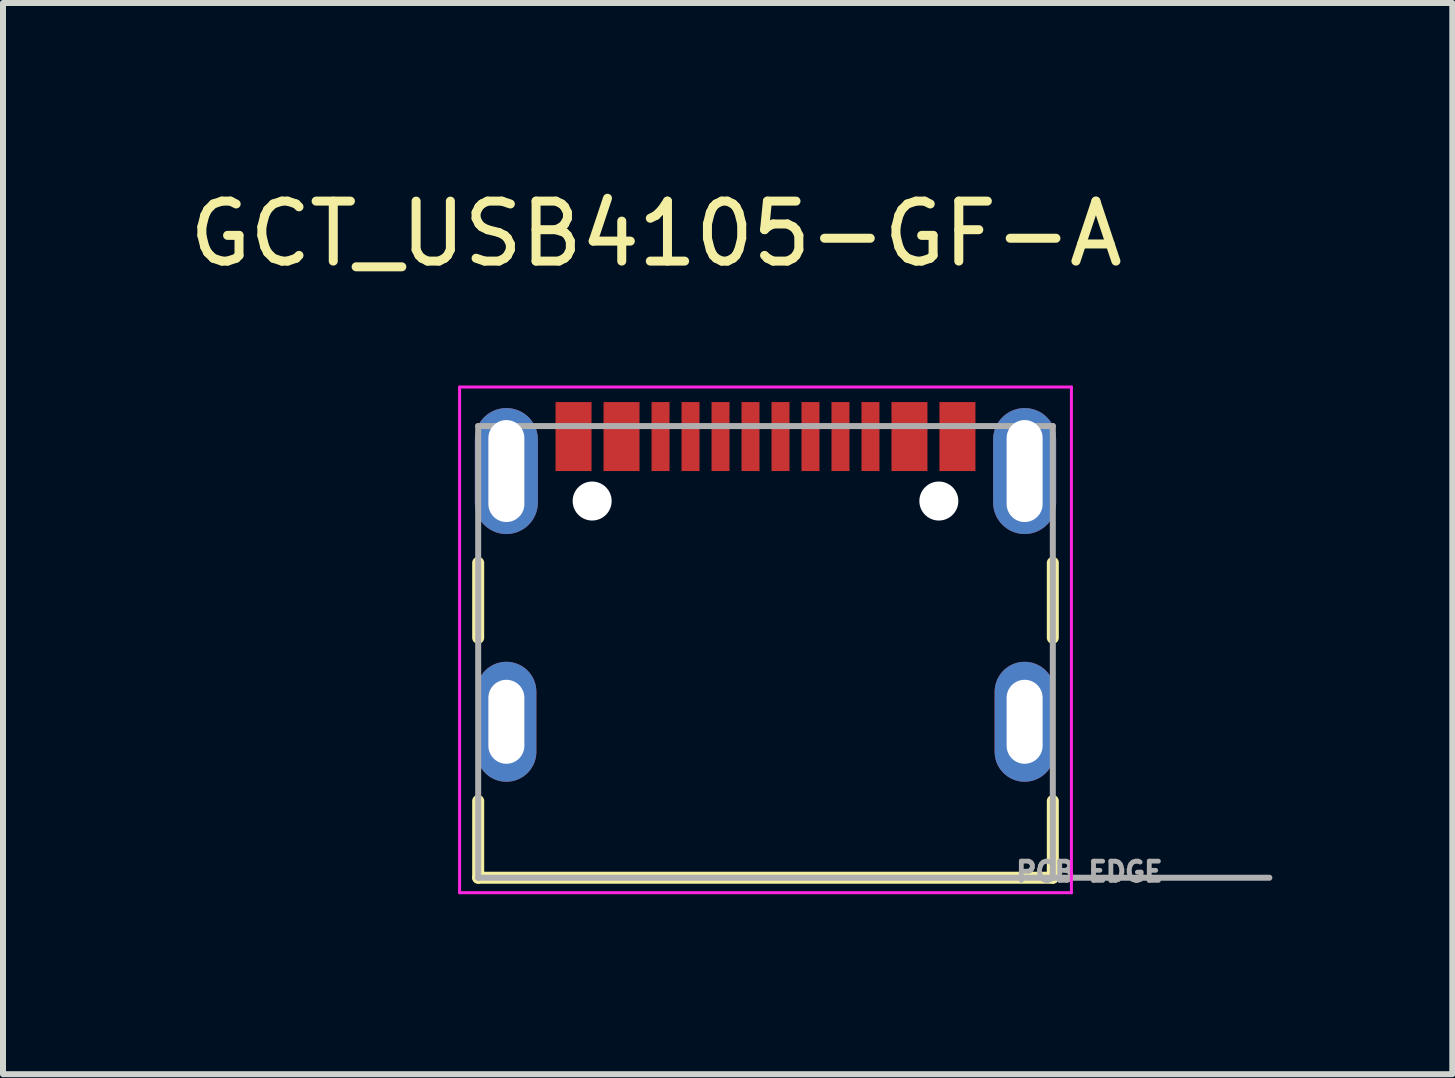
<source format=kicad_pcb>
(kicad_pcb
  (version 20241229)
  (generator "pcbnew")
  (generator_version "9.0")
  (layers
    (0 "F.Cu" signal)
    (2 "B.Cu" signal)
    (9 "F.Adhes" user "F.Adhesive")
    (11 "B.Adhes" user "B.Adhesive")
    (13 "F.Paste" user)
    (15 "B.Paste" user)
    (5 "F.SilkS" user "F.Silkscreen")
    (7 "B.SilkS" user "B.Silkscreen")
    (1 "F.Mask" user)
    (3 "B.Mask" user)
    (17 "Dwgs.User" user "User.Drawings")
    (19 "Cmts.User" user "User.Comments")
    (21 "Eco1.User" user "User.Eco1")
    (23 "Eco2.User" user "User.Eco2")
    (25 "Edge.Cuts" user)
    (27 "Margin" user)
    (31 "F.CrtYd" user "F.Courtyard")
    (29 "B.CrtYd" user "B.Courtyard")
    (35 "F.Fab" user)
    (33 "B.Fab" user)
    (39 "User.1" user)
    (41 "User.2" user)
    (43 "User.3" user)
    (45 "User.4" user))
  (footprint "GCT_USB4105-GF-A"
    (layer "F.Cu")
    (at 9.712 8.983)
    (property "Reference" "GCT_USB4105-GF-A" (at -1.825 -8.135 0) (layer "F.SilkS") (effects (font (size 1 1) (thickness 0.15))))
    (attr through_hole)
    (fp_line (start -4.79 -2.65) (end -4.79 -1.4) (stroke (width 0.2) (type solid)) (layer "F.SilkS"))
    (fp_line (start -4.79 1.32) (end -4.79 2.6) (stroke (width 0.2) (type solid)) (layer "F.SilkS"))
    (fp_line (start -4.79 2.6) (end 4.79 2.6) (stroke (width 0.2) (type solid)) (layer "F.SilkS"))
    (fp_line (start 4.79 -2.65) (end 4.79 -1.4) (stroke (width 0.2) (type solid)) (layer "F.SilkS"))
    (fp_line (start 4.79 2.6) (end 4.79 1.32) (stroke (width 0.2) (type solid)) (layer "F.SilkS"))
    (fp_line (start -5.1 -5.58) (end -5.1 2.85) (stroke (width 0.05) (type solid)) (layer "F.CrtYd"))
    (fp_line (start -5.1 2.85) (end 5.1 2.85) (stroke (width 0.05) (type solid)) (layer "F.CrtYd"))
    (fp_line (start 5.1 -5.58) (end -5.1 -5.58) (stroke (width 0.05) (type solid)) (layer "F.CrtYd"))
    (fp_line (start 5.1 2.85) (end 5.1 -5.58) (stroke (width 0.05) (type solid)) (layer "F.CrtYd"))
    (fp_line (start -4.79 -4.93) (end 4.79 -4.93) (stroke (width 0.1) (type solid)) (layer "F.Fab"))
    (fp_line (start -4.79 2.6) (end -4.79 -4.93) (stroke (width 0.1) (type solid)) (layer "F.Fab"))
    (fp_line (start 4.79 -4.93) (end 4.79 2.6) (stroke (width 0.1) (type solid)) (layer "F.Fab"))
    (fp_line (start 4.79 2.6) (end -4.79 2.6) (stroke (width 0.1) (type solid)) (layer "F.Fab"))
    (fp_line (start 4.8 2.6) (end 8.4 2.6) (stroke (width 0.1) (type solid)) (layer "F.Fab"))
    (fp_text user "PCB EDGE" (at 5.4 2.5 0) (layer "F.Fab") (effects (font (size 0.32 0.32) (thickness 0.15))))
    (pad "" np_thru_hole circle (at -2.89 -3.68) (size 0.65 0.65) (drill 0.65) (layers "*.Cu" "*.Mask"))
    (pad "" np_thru_hole circle (at 2.89 -3.68) (size 0.65 0.65) (drill 0.65) (layers "*.Cu" "*.Mask"))
    (pad "A1_B12" smd rect (at -3.2 -4.755) (size 0.6 1.15) (layers "F.Cu" "F.Mask" "F.Paste"))
    (pad "A4_B9" smd rect (at -2.4 -4.755) (size 0.6 1.15) (layers "F.Cu" "F.Mask" "F.Paste"))
    (pad "A5" smd rect (at -1.25 -4.755) (size 0.3 1.15) (layers "F.Cu" "F.Mask" "F.Paste"))
    (pad "A6" smd rect (at -0.25 -4.755) (size 0.3 1.15) (layers "F.Cu" "F.Mask" "F.Paste"))
    (pad "A7" smd rect (at 0.25 -4.755) (size 0.3 1.15) (layers "F.Cu" "F.Mask" "F.Paste"))
    (pad "A8" smd rect (at 1.25 -4.755) (size 0.3 1.15) (layers "F.Cu" "F.Mask" "F.Paste"))
    (pad "B1_A12" smd rect (at 3.2 -4.755) (size 0.6 1.15) (layers "F.Cu" "F.Mask" "F.Paste"))
    (pad "B4_A9" smd rect (at 2.4 -4.755) (size 0.6 1.15) (layers "F.Cu" "F.Mask" "F.Paste"))
    (pad "B5" smd rect (at 1.75 -4.755) (size 0.3 1.15) (layers "F.Cu" "F.Mask" "F.Paste"))
    (pad "B6" smd rect (at 0.75 -4.755) (size 0.3 1.15) (layers "F.Cu" "F.Mask" "F.Paste"))
    (pad "B7" smd rect (at -0.75 -4.755) (size 0.3 1.15) (layers "F.Cu" "F.Mask" "F.Paste"))
    (pad "B8" smd rect (at -1.75 -4.755) (size 0.3 1.15) (layers "F.Cu" "F.Mask" "F.Paste"))
    (pad "S1" thru_hole oval (at -4.32 -4.18) (size 1.05 2.1) (drill oval 0.6 1.7) (layers "*.Cu" "*.Mask"))
    (pad "S2" thru_hole oval (at -4.32 0) (size 1 2) (drill oval 0.6 1.4) (layers "*.Cu" "*.Mask"))
    (pad "S3" thru_hole oval (at 4.32 0) (size 1 2) (drill oval 0.6 1.4) (layers "*.Cu" "*.Mask"))
    (pad "S4" thru_hole oval (at 4.32 -4.18) (size 1.05 2.1) (drill oval 0.6 1.7) (layers "*.Cu" "*.Mask")))
  (gr_rect
    (start -3 -3)
    (end 21.162 14.858)
    (stroke (width 0.1) (type default))
    (fill no)
    (layer "Edge.Cuts")))
</source>
